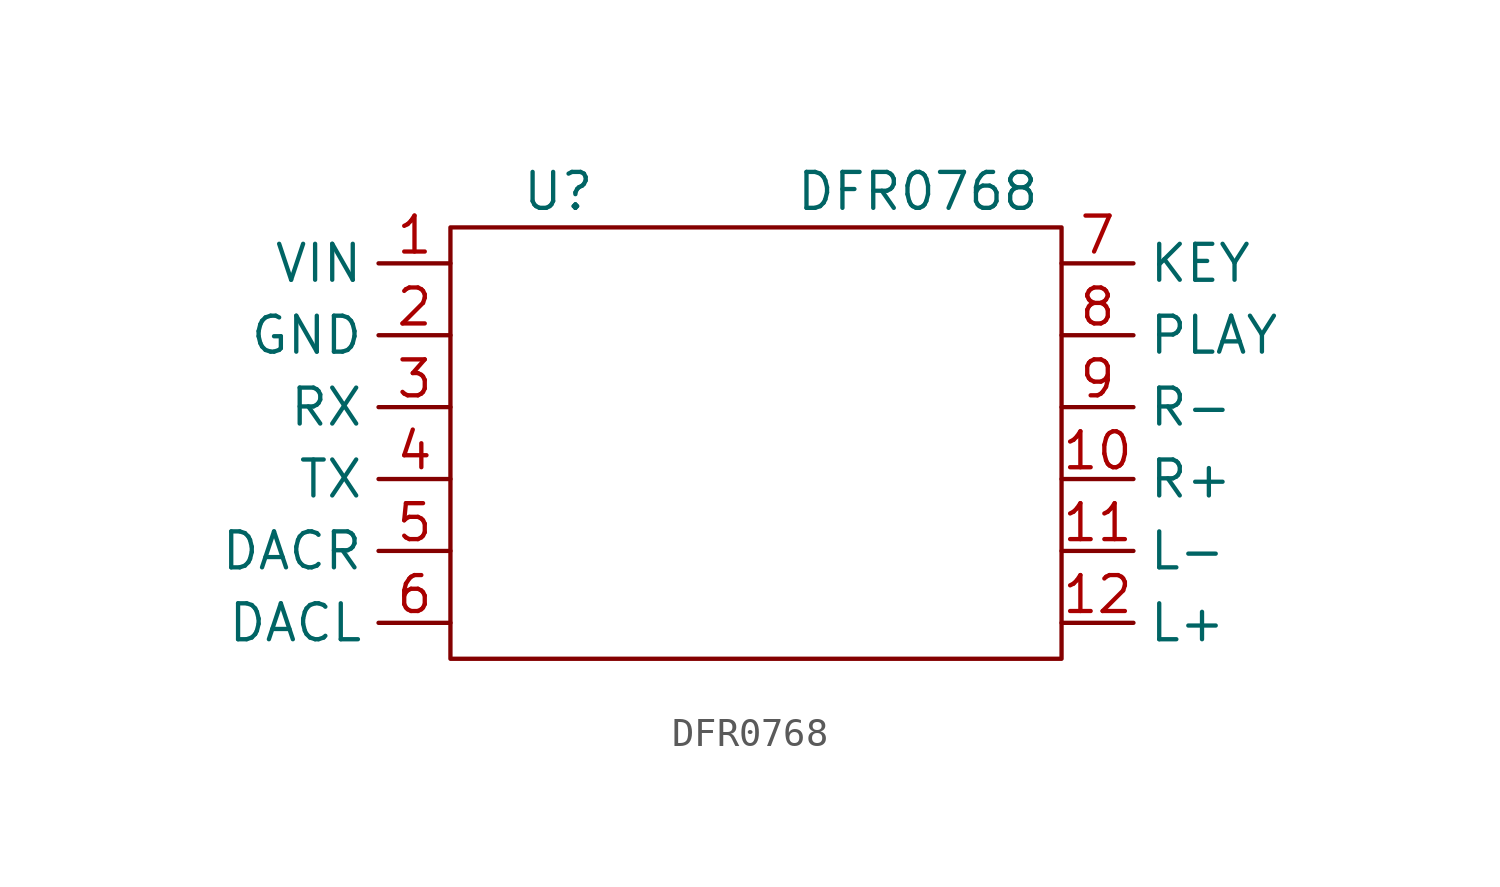
<source format=kicad_sym>
(kicad_symbol_lib
  (version 20211014)
  (generator kicad_symbol_editor)
  (symbol "DFR0768"
    (property "Reference" "U"
      (at 0 0 0)
      (effects (font (size 1.27 1.27))))
    (property "Value" "DFR0768"
      (at 12.7 0 0)
      (effects (font (size 1.27 1.27))))
    (symbol "DFR0768_0_1"
      (rectangle (start -3.81 -1.27) (end 17.78 -16.51) (stroke (width 0) (type default) (color 0 0 0 0)) (fill (type none))))
    (symbol "DFR0768_1_1"
      (pin power_in line (at -3.81 -2.54 180) (length 2.54) (name "VIN" (effects (font (size 1.27 1.27)))) (number "1" (effects (font (size 1.27 1.27)))))
      (pin output line (at 17.78 -10.16 0) (length 2.54) (name "R+" (effects (font (size 1.27 1.27)))) (number "10" (effects (font (size 1.27 1.27)))))
      (pin output line (at 17.78 -12.7 0) (length 2.54) (name "L-" (effects (font (size 1.27 1.27)))) (number "11" (effects (font (size 1.27 1.27)))))
      (pin output line (at 17.78 -15.24 0) (length 2.54) (name "L+" (effects (font (size 1.27 1.27)))) (number "12" (effects (font (size 1.27 1.27)))))
      (pin power_in line (at -3.81 -5.08 180) (length 2.54) (name "GND" (effects (font (size 1.27 1.27)))) (number "2" (effects (font (size 1.27 1.27)))))
      (pin bidirectional line (at -3.81 -7.62 180) (length 2.54) (name "RX" (effects (font (size 1.27 1.27)))) (number "3" (effects (font (size 1.27 1.27)))))
      (pin bidirectional line (at -3.81 -10.16 180) (length 2.54) (name "TX" (effects (font (size 1.27 1.27)))) (number "4" (effects (font (size 1.27 1.27)))))
      (pin bidirectional line (at -3.81 -12.7 180) (length 2.54) (name "DACR" (effects (font (size 1.27 1.27)))) (number "5" (effects (font (size 1.27 1.27)))))
      (pin bidirectional line (at -3.81 -15.24 180) (length 2.54) (name "DACL" (effects (font (size 1.27 1.27)))) (number "6" (effects (font (size 1.27 1.27)))))
      (pin bidirectional line (at 17.78 -2.54 0) (length 2.54) (name "KEY" (effects (font (size 1.27 1.27)))) (number "7" (effects (font (size 1.27 1.27)))))
      (pin bidirectional line (at 17.78 -5.08 0) (length 2.54) (name "PLAY" (effects (font (size 1.27 1.27)))) (number "8" (effects (font (size 1.27 1.27)))))
      (pin output line (at 17.78 -7.62 0) (length 2.54) (name "R-" (effects (font (size 1.27 1.27)))) (number "9" (effects (font (size 1.27 1.27))))))))
</source>
